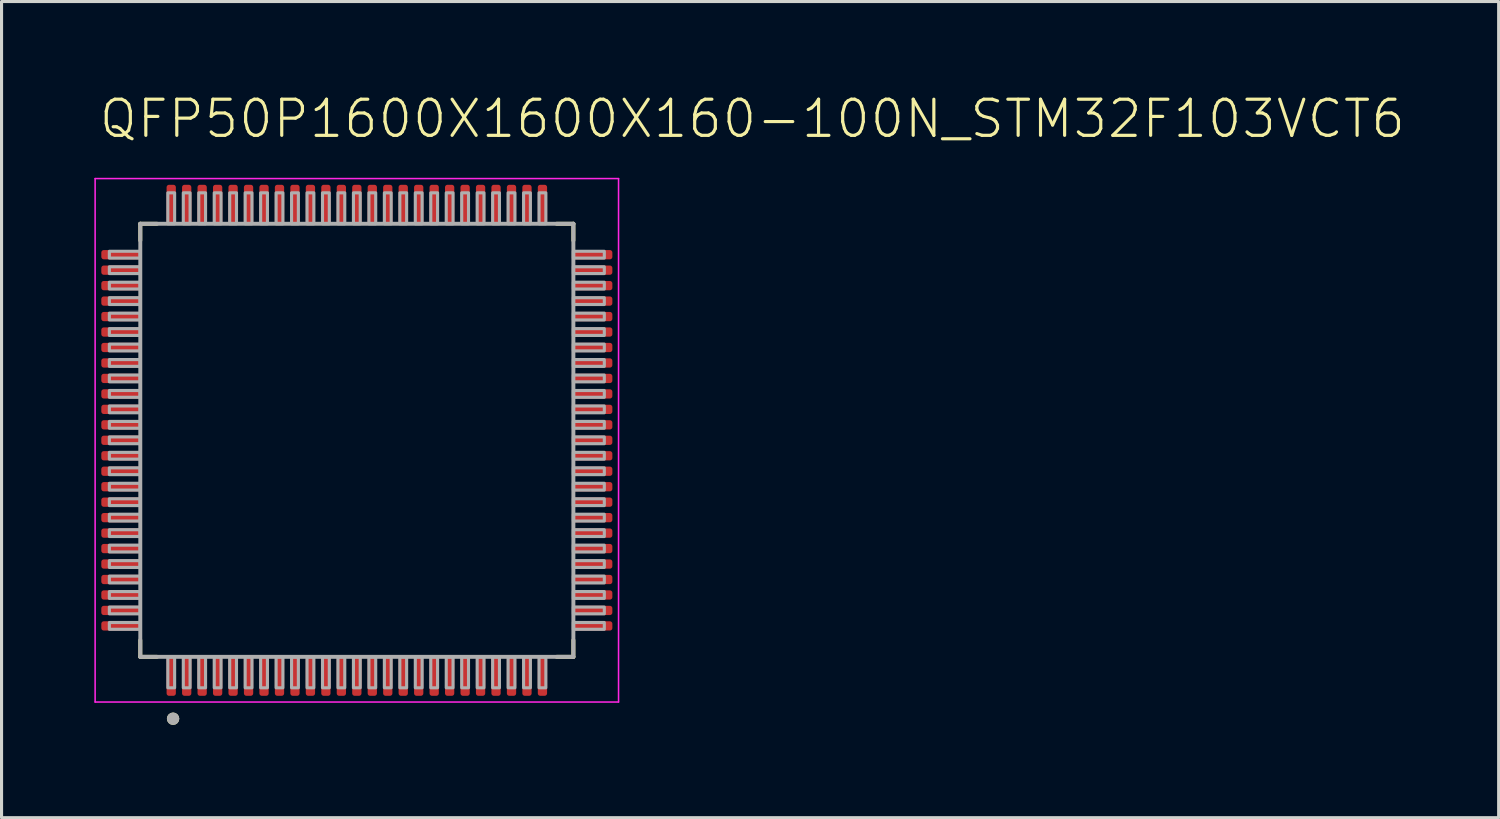
<source format=kicad_pcb>
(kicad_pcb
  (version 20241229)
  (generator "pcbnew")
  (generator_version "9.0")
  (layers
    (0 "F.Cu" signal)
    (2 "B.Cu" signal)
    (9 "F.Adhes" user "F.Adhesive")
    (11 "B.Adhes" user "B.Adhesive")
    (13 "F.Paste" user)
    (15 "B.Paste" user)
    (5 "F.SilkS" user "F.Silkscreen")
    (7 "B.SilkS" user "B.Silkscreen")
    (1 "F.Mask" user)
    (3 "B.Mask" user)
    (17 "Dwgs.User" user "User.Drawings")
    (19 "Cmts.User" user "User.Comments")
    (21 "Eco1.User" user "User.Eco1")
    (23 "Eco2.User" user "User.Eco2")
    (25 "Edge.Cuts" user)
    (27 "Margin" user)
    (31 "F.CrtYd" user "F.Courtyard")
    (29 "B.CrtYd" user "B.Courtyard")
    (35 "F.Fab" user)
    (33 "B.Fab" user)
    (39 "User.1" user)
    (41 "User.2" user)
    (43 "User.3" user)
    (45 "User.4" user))
  (footprint "QFP50P1600X1600X160-100N_STM32F103VCT6"
    (layer "F.Cu")
    (at 8.485 11.183)
    (property "Reference" "QFP50P1600X1600X160-100N_STM32F103VCT6" (at -8.39 -9.71 0) (layer "F.SilkS") (effects (font (size 1.168 1.168) (thickness 0.102)) (justify left bottom)))
    (fp_line (start -7 -7) (end -7 -6.46) (stroke (width 0.127) (type solid)) (layer "F.SilkS"))
    (fp_line (start -7 -7) (end -6.46 -7) (stroke (width 0.127) (type solid)) (layer "F.SilkS"))
    (fp_line (start -7 7) (end -7 6.46) (stroke (width 0.127) (type solid)) (layer "F.SilkS"))
    (fp_line (start -7 7) (end -6.46 7) (stroke (width 0.127) (type solid)) (layer "F.SilkS"))
    (fp_line (start 7 -7) (end 6.46 -7) (stroke (width 0.127) (type solid)) (layer "F.SilkS"))
    (fp_line (start 7 -7) (end 7 -6.46) (stroke (width 0.127) (type solid)) (layer "F.SilkS"))
    (fp_line (start 7 7) (end 6.46 7) (stroke (width 0.127) (type solid)) (layer "F.SilkS"))
    (fp_line (start 7 7) (end 7 6.46) (stroke (width 0.127) (type solid)) (layer "F.SilkS"))
    (fp_circle (center -5.94 9) (end -5.84 9) (stroke (width 0.2) (type solid)) (fill no) (layer "F.SilkS"))
    (fp_line (start -8.46 -8.46) (end 8.46 -8.46) (stroke (width 0.05) (type solid)) (layer "F.CrtYd"))
    (fp_line (start -8.46 8.46) (end -8.46 -8.46) (stroke (width 0.05) (type solid)) (layer "F.CrtYd"))
    (fp_line (start -8.46 8.46) (end 8.46 8.46) (stroke (width 0.05) (type solid)) (layer "F.CrtYd"))
    (fp_line (start 8.46 8.46) (end 8.46 -8.46) (stroke (width 0.05) (type solid)) (layer "F.CrtYd"))
    (fp_line (start -7 7) (end -7 -7) (stroke (width 0.127) (type solid)) (layer "F.Fab"))
    (fp_line (start 7 -7) (end -7 -7) (stroke (width 0.127) (type solid)) (layer "F.Fab"))
    (fp_line (start 7 7) (end -7 7) (stroke (width 0.127) (type solid)) (layer "F.Fab"))
    (fp_line (start 7 7) (end 7 -7) (stroke (width 0.127) (type solid)) (layer "F.Fab"))
    (fp_circle (center -5.94 9) (end -5.84 9) (stroke (width 0.2) (type solid)) (fill no) (layer "F.Fab"))
    (fp_poly (pts (xy -8 -6.11) (xy -8 -5.89) (xy -7 -5.89) (xy -7 -6.11)) (stroke (width 0.1) (type solid)) (fill no) (layer "F.Fab"))
    (fp_poly (pts (xy -8 -5.61) (xy -8 -5.39) (xy -7 -5.39) (xy -7 -5.61)) (stroke (width 0.1) (type solid)) (fill no) (layer "F.Fab"))
    (fp_poly (pts (xy -8 -5.11) (xy -8 -4.89) (xy -7 -4.89) (xy -7 -5.11)) (stroke (width 0.1) (type solid)) (fill no) (layer "F.Fab"))
    (fp_poly (pts (xy -8 -4.61) (xy -8 -4.39) (xy -7 -4.39) (xy -7 -4.61)) (stroke (width 0.1) (type solid)) (fill no) (layer "F.Fab"))
    (fp_poly (pts (xy -8 -4.11) (xy -8 -3.89) (xy -7 -3.89) (xy -7 -4.11)) (stroke (width 0.1) (type solid)) (fill no) (layer "F.Fab"))
    (fp_poly (pts (xy -8 -3.61) (xy -8 -3.39) (xy -7 -3.39) (xy -7 -3.61)) (stroke (width 0.1) (type solid)) (fill no) (layer "F.Fab"))
    (fp_poly (pts (xy -8 -3.11) (xy -8 -2.89) (xy -7 -2.89) (xy -7 -3.11)) (stroke (width 0.1) (type solid)) (fill no) (layer "F.Fab"))
    (fp_poly (pts (xy -8 -2.61) (xy -8 -2.39) (xy -7 -2.39) (xy -7 -2.61)) (stroke (width 0.1) (type solid)) (fill no) (layer "F.Fab"))
    (fp_poly (pts (xy -8 -2.11) (xy -8 -1.89) (xy -7 -1.89) (xy -7 -2.11)) (stroke (width 0.1) (type solid)) (fill no) (layer "F.Fab"))
    (fp_poly (pts (xy -8 -1.61) (xy -8 -1.39) (xy -7 -1.39) (xy -7 -1.61)) (stroke (width 0.1) (type solid)) (fill no) (layer "F.Fab"))
    (fp_poly (pts (xy -8 -1.11) (xy -8 -0.89) (xy -7 -0.89) (xy -7 -1.11)) (stroke (width 0.1) (type solid)) (fill no) (layer "F.Fab"))
    (fp_poly (pts (xy -8 -0.61) (xy -8 -0.39) (xy -7 -0.39) (xy -7 -0.61)) (stroke (width 0.1) (type solid)) (fill no) (layer "F.Fab"))
    (fp_poly (pts (xy -8 -0.11) (xy -8 0.11) (xy -7 0.11) (xy -7 -0.11)) (stroke (width 0.1) (type solid)) (fill no) (layer "F.Fab"))
    (fp_poly (pts (xy -8 0.39) (xy -8 0.61) (xy -7 0.61) (xy -7 0.39)) (stroke (width 0.1) (type solid)) (fill no) (layer "F.Fab"))
    (fp_poly (pts (xy -8 0.89) (xy -8 1.11) (xy -7 1.11) (xy -7 0.89)) (stroke (width 0.1) (type solid)) (fill no) (layer "F.Fab"))
    (fp_poly (pts (xy -8 1.39) (xy -8 1.61) (xy -7 1.61) (xy -7 1.39)) (stroke (width 0.1) (type solid)) (fill no) (layer "F.Fab"))
    (fp_poly (pts (xy -8 1.89) (xy -8 2.11) (xy -7 2.11) (xy -7 1.89)) (stroke (width 0.1) (type solid)) (fill no) (layer "F.Fab"))
    (fp_poly (pts (xy -8 2.39) (xy -8 2.61) (xy -7 2.61) (xy -7 2.39)) (stroke (width 0.1) (type solid)) (fill no) (layer "F.Fab"))
    (fp_poly (pts (xy -8 2.89) (xy -8 3.11) (xy -7 3.11) (xy -7 2.89)) (stroke (width 0.1) (type solid)) (fill no) (layer "F.Fab"))
    (fp_poly (pts (xy -8 3.39) (xy -8 3.61) (xy -7 3.61) (xy -7 3.39)) (stroke (width 0.1) (type solid)) (fill no) (layer "F.Fab"))
    (fp_poly (pts (xy -8 3.89) (xy -8 4.11) (xy -7 4.11) (xy -7 3.89)) (stroke (width 0.1) (type solid)) (fill no) (layer "F.Fab"))
    (fp_poly (pts (xy -8 4.39) (xy -8 4.61) (xy -7 4.61) (xy -7 4.39)) (stroke (width 0.1) (type solid)) (fill no) (layer "F.Fab"))
    (fp_poly (pts (xy -8 4.89) (xy -8 5.11) (xy -7 5.11) (xy -7 4.89)) (stroke (width 0.1) (type solid)) (fill no) (layer "F.Fab"))
    (fp_poly (pts (xy -8 5.39) (xy -8 5.61) (xy -7 5.61) (xy -7 5.39)) (stroke (width 0.1) (type solid)) (fill no) (layer "F.Fab"))
    (fp_poly (pts (xy -8 5.89) (xy -8 6.11) (xy -7 6.11) (xy -7 5.89)) (stroke (width 0.1) (type solid)) (fill no) (layer "F.Fab"))
    (fp_poly (pts (xy -6.11 8) (xy -5.89 8) (xy -5.89 7) (xy -6.11 7)) (stroke (width 0.1) (type solid)) (fill no) (layer "F.Fab"))
    (fp_poly (pts (xy -5.89 -8) (xy -6.11 -8) (xy -6.11 -7) (xy -5.89 -7)) (stroke (width 0.1) (type solid)) (fill no) (layer "F.Fab"))
    (fp_poly (pts (xy -5.61 8) (xy -5.39 8) (xy -5.39 7) (xy -5.61 7)) (stroke (width 0.1) (type solid)) (fill no) (layer "F.Fab"))
    (fp_poly (pts (xy -5.39 -8) (xy -5.61 -8) (xy -5.61 -7) (xy -5.39 -7)) (stroke (width 0.1) (type solid)) (fill no) (layer "F.Fab"))
    (fp_poly (pts (xy -5.11 8) (xy -4.89 8) (xy -4.89 7) (xy -5.11 7)) (stroke (width 0.1) (type solid)) (fill no) (layer "F.Fab"))
    (fp_poly (pts (xy -4.89 -8) (xy -5.11 -8) (xy -5.11 -7) (xy -4.89 -7)) (stroke (width 0.1) (type solid)) (fill no) (layer "F.Fab"))
    (fp_poly (pts (xy -4.61 8) (xy -4.39 8) (xy -4.39 7) (xy -4.61 7)) (stroke (width 0.1) (type solid)) (fill no) (layer "F.Fab"))
    (fp_poly (pts (xy -4.39 -8) (xy -4.61 -8) (xy -4.61 -7) (xy -4.39 -7)) (stroke (width 0.1) (type solid)) (fill no) (layer "F.Fab"))
    (fp_poly (pts (xy -4.11 8) (xy -3.89 8) (xy -3.89 7) (xy -4.11 7)) (stroke (width 0.1) (type solid)) (fill no) (layer "F.Fab"))
    (fp_poly (pts (xy -3.89 -8) (xy -4.11 -8) (xy -4.11 -7) (xy -3.89 -7)) (stroke (width 0.1) (type solid)) (fill no) (layer "F.Fab"))
    (fp_poly (pts (xy -3.61 8) (xy -3.39 8) (xy -3.39 7) (xy -3.61 7)) (stroke (width 0.1) (type solid)) (fill no) (layer "F.Fab"))
    (fp_poly (pts (xy -3.39 -8) (xy -3.61 -8) (xy -3.61 -7) (xy -3.39 -7)) (stroke (width 0.1) (type solid)) (fill no) (layer "F.Fab"))
    (fp_poly (pts (xy -3.11 8) (xy -2.89 8) (xy -2.89 7) (xy -3.11 7)) (stroke (width 0.1) (type solid)) (fill no) (layer "F.Fab"))
    (fp_poly (pts (xy -2.89 -8) (xy -3.11 -8) (xy -3.11 -7) (xy -2.89 -7)) (stroke (width 0.1) (type solid)) (fill no) (layer "F.Fab"))
    (fp_poly (pts (xy -2.61 8) (xy -2.39 8) (xy -2.39 7) (xy -2.61 7)) (stroke (width 0.1) (type solid)) (fill no) (layer "F.Fab"))
    (fp_poly (pts (xy -2.39 -8) (xy -2.61 -8) (xy -2.61 -7) (xy -2.39 -7)) (stroke (width 0.1) (type solid)) (fill no) (layer "F.Fab"))
    (fp_poly (pts (xy -2.11 8) (xy -1.89 8) (xy -1.89 7) (xy -2.11 7)) (stroke (width 0.1) (type solid)) (fill no) (layer "F.Fab"))
    (fp_poly (pts (xy -1.89 -8) (xy -2.11 -8) (xy -2.11 -7) (xy -1.89 -7)) (stroke (width 0.1) (type solid)) (fill no) (layer "F.Fab"))
    (fp_poly (pts (xy -1.61 8) (xy -1.39 8) (xy -1.39 7) (xy -1.61 7)) (stroke (width 0.1) (type solid)) (fill no) (layer "F.Fab"))
    (fp_poly (pts (xy -1.39 -8) (xy -1.61 -8) (xy -1.61 -7) (xy -1.39 -7)) (stroke (width 0.1) (type solid)) (fill no) (layer "F.Fab"))
    (fp_poly (pts (xy -1.11 8) (xy -0.89 8) (xy -0.89 7) (xy -1.11 7)) (stroke (width 0.1) (type solid)) (fill no) (layer "F.Fab"))
    (fp_poly (pts (xy -0.89 -8) (xy -1.11 -8) (xy -1.11 -7) (xy -0.89 -7)) (stroke (width 0.1) (type solid)) (fill no) (layer "F.Fab"))
    (fp_poly (pts (xy -0.61 8) (xy -0.39 8) (xy -0.39 7) (xy -0.61 7)) (stroke (width 0.1) (type solid)) (fill no) (layer "F.Fab"))
    (fp_poly (pts (xy -0.39 -8) (xy -0.61 -8) (xy -0.61 -7) (xy -0.39 -7)) (stroke (width 0.1) (type solid)) (fill no) (layer "F.Fab"))
    (fp_poly (pts (xy -0.11 8) (xy 0.11 8) (xy 0.11 7) (xy -0.11 7)) (stroke (width 0.1) (type solid)) (fill no) (layer "F.Fab"))
    (fp_poly (pts (xy 0.11 -8) (xy -0.11 -8) (xy -0.11 -7) (xy 0.11 -7)) (stroke (width 0.1) (type solid)) (fill no) (layer "F.Fab"))
    (fp_poly (pts (xy 0.39 8) (xy 0.61 8) (xy 0.61 7) (xy 0.39 7)) (stroke (width 0.1) (type solid)) (fill no) (layer "F.Fab"))
    (fp_poly (pts (xy 0.61 -8) (xy 0.39 -8) (xy 0.39 -7) (xy 0.61 -7)) (stroke (width 0.1) (type solid)) (fill no) (layer "F.Fab"))
    (fp_poly (pts (xy 0.89 8) (xy 1.11 8) (xy 1.11 7) (xy 0.89 7)) (stroke (width 0.1) (type solid)) (fill no) (layer "F.Fab"))
    (fp_poly (pts (xy 1.11 -8) (xy 0.89 -8) (xy 0.89 -7) (xy 1.11 -7)) (stroke (width 0.1) (type solid)) (fill no) (layer "F.Fab"))
    (fp_poly (pts (xy 1.39 8) (xy 1.61 8) (xy 1.61 7) (xy 1.39 7)) (stroke (width 0.1) (type solid)) (fill no) (layer "F.Fab"))
    (fp_poly (pts (xy 1.61 -8) (xy 1.39 -8) (xy 1.39 -7) (xy 1.61 -7)) (stroke (width 0.1) (type solid)) (fill no) (layer "F.Fab"))
    (fp_poly (pts (xy 1.89 8) (xy 2.11 8) (xy 2.11 7) (xy 1.89 7)) (stroke (width 0.1) (type solid)) (fill no) (layer "F.Fab"))
    (fp_poly (pts (xy 2.11 -8) (xy 1.89 -8) (xy 1.89 -7) (xy 2.11 -7)) (stroke (width 0.1) (type solid)) (fill no) (layer "F.Fab"))
    (fp_poly (pts (xy 2.39 8) (xy 2.61 8) (xy 2.61 7) (xy 2.39 7)) (stroke (width 0.1) (type solid)) (fill no) (layer "F.Fab"))
    (fp_poly (pts (xy 2.61 -8) (xy 2.39 -8) (xy 2.39 -7) (xy 2.61 -7)) (stroke (width 0.1) (type solid)) (fill no) (layer "F.Fab"))
    (fp_poly (pts (xy 2.89 8) (xy 3.11 8) (xy 3.11 7) (xy 2.89 7)) (stroke (width 0.1) (type solid)) (fill no) (layer "F.Fab"))
    (fp_poly (pts (xy 3.11 -8) (xy 2.89 -8) (xy 2.89 -7) (xy 3.11 -7)) (stroke (width 0.1) (type solid)) (fill no) (layer "F.Fab"))
    (fp_poly (pts (xy 3.39 8) (xy 3.61 8) (xy 3.61 7) (xy 3.39 7)) (stroke (width 0.1) (type solid)) (fill no) (layer "F.Fab"))
    (fp_poly (pts (xy 3.61 -8) (xy 3.39 -8) (xy 3.39 -7) (xy 3.61 -7)) (stroke (width 0.1) (type solid)) (fill no) (layer "F.Fab"))
    (fp_poly (pts (xy 3.89 8) (xy 4.11 8) (xy 4.11 7) (xy 3.89 7)) (stroke (width 0.1) (type solid)) (fill no) (layer "F.Fab"))
    (fp_poly (pts (xy 4.11 -8) (xy 3.89 -8) (xy 3.89 -7) (xy 4.11 -7)) (stroke (width 0.1) (type solid)) (fill no) (layer "F.Fab"))
    (fp_poly (pts (xy 4.39 8) (xy 4.61 8) (xy 4.61 7) (xy 4.39 7)) (stroke (width 0.1) (type solid)) (fill no) (layer "F.Fab"))
    (fp_poly (pts (xy 4.61 -8) (xy 4.39 -8) (xy 4.39 -7) (xy 4.61 -7)) (stroke (width 0.1) (type solid)) (fill no) (layer "F.Fab"))
    (fp_poly (pts (xy 4.89 8) (xy 5.11 8) (xy 5.11 7) (xy 4.89 7)) (stroke (width 0.1) (type solid)) (fill no) (layer "F.Fab"))
    (fp_poly (pts (xy 5.11 -8) (xy 4.89 -8) (xy 4.89 -7) (xy 5.11 -7)) (stroke (width 0.1) (type solid)) (fill no) (layer "F.Fab"))
    (fp_poly (pts (xy 5.39 8) (xy 5.61 8) (xy 5.61 7) (xy 5.39 7)) (stroke (width 0.1) (type solid)) (fill no) (layer "F.Fab"))
    (fp_poly (pts (xy 5.61 -8) (xy 5.39 -8) (xy 5.39 -7) (xy 5.61 -7)) (stroke (width 0.1) (type solid)) (fill no) (layer "F.Fab"))
    (fp_poly (pts (xy 5.89 8) (xy 6.11 8) (xy 6.11 7) (xy 5.89 7)) (stroke (width 0.1) (type solid)) (fill no) (layer "F.Fab"))
    (fp_poly (pts (xy 6.11 -8) (xy 5.89 -8) (xy 5.89 -7) (xy 6.11 -7)) (stroke (width 0.1) (type solid)) (fill no) (layer "F.Fab"))
    (fp_poly (pts (xy 8 -5.89) (xy 8 -6.11) (xy 7 -6.11) (xy 7 -5.89)) (stroke (width 0.1) (type solid)) (fill no) (layer "F.Fab"))
    (fp_poly (pts (xy 8 -5.39) (xy 8 -5.61) (xy 7 -5.61) (xy 7 -5.39)) (stroke (width 0.1) (type solid)) (fill no) (layer "F.Fab"))
    (fp_poly (pts (xy 8 -4.89) (xy 8 -5.11) (xy 7 -5.11) (xy 7 -4.89)) (stroke (width 0.1) (type solid)) (fill no) (layer "F.Fab"))
    (fp_poly (pts (xy 8 -4.39) (xy 8 -4.61) (xy 7 -4.61) (xy 7 -4.39)) (stroke (width 0.1) (type solid)) (fill no) (layer "F.Fab"))
    (fp_poly (pts (xy 8 -3.89) (xy 8 -4.11) (xy 7 -4.11) (xy 7 -3.89)) (stroke (width 0.1) (type solid)) (fill no) (layer "F.Fab"))
    (fp_poly (pts (xy 8 -3.39) (xy 8 -3.61) (xy 7 -3.61) (xy 7 -3.39)) (stroke (width 0.1) (type solid)) (fill no) (layer "F.Fab"))
    (fp_poly (pts (xy 8 -2.89) (xy 8 -3.11) (xy 7 -3.11) (xy 7 -2.89)) (stroke (width 0.1) (type solid)) (fill no) (layer "F.Fab"))
    (fp_poly (pts (xy 8 -2.39) (xy 8 -2.61) (xy 7 -2.61) (xy 7 -2.39)) (stroke (width 0.1) (type solid)) (fill no) (layer "F.Fab"))
    (fp_poly (pts (xy 8 -1.89) (xy 8 -2.11) (xy 7 -2.11) (xy 7 -1.89)) (stroke (width 0.1) (type solid)) (fill no) (layer "F.Fab"))
    (fp_poly (pts (xy 8 -1.39) (xy 8 -1.61) (xy 7 -1.61) (xy 7 -1.39)) (stroke (width 0.1) (type solid)) (fill no) (layer "F.Fab"))
    (fp_poly (pts (xy 8 -0.89) (xy 8 -1.11) (xy 7 -1.11) (xy 7 -0.89)) (stroke (width 0.1) (type solid)) (fill no) (layer "F.Fab"))
    (fp_poly (pts (xy 8 -0.39) (xy 8 -0.61) (xy 7 -0.61) (xy 7 -0.39)) (stroke (width 0.1) (type solid)) (fill no) (layer "F.Fab"))
    (fp_poly (pts (xy 8 0.11) (xy 8 -0.11) (xy 7 -0.11) (xy 7 0.11)) (stroke (width 0.1) (type solid)) (fill no) (layer "F.Fab"))
    (fp_poly (pts (xy 8 0.61) (xy 8 0.39) (xy 7 0.39) (xy 7 0.61)) (stroke (width 0.1) (type solid)) (fill no) (layer "F.Fab"))
    (fp_poly (pts (xy 8 1.11) (xy 8 0.89) (xy 7 0.89) (xy 7 1.11)) (stroke (width 0.1) (type solid)) (fill no) (layer "F.Fab"))
    (fp_poly (pts (xy 8 1.61) (xy 8 1.39) (xy 7 1.39) (xy 7 1.61)) (stroke (width 0.1) (type solid)) (fill no) (layer "F.Fab"))
    (fp_poly (pts (xy 8 2.11) (xy 8 1.89) (xy 7 1.89) (xy 7 2.11)) (stroke (width 0.1) (type solid)) (fill no) (layer "F.Fab"))
    (fp_poly (pts (xy 8 2.61) (xy 8 2.39) (xy 7 2.39) (xy 7 2.61)) (stroke (width 0.1) (type solid)) (fill no) (layer "F.Fab"))
    (fp_poly (pts (xy 8 3.11) (xy 8 2.89) (xy 7 2.89) (xy 7 3.11)) (stroke (width 0.1) (type solid)) (fill no) (layer "F.Fab"))
    (fp_poly (pts (xy 8 3.61) (xy 8 3.39) (xy 7 3.39) (xy 7 3.61)) (stroke (width 0.1) (type solid)) (fill no) (layer "F.Fab"))
    (fp_poly (pts (xy 8 4.11) (xy 8 3.89) (xy 7 3.89) (xy 7 4.11)) (stroke (width 0.1) (type solid)) (fill no) (layer "F.Fab"))
    (fp_poly (pts (xy 8 4.61) (xy 8 4.39) (xy 7 4.39) (xy 7 4.61)) (stroke (width 0.1) (type solid)) (fill no) (layer "F.Fab"))
    (fp_poly (pts (xy 8 5.11) (xy 8 4.89) (xy 7 4.89) (xy 7 5.11)) (stroke (width 0.1) (type solid)) (fill no) (layer "F.Fab"))
    (fp_poly (pts (xy 8 5.61) (xy 8 5.39) (xy 7 5.39) (xy 7 5.61)) (stroke (width 0.1) (type solid)) (fill no) (layer "F.Fab"))
    (fp_poly (pts (xy 8 6.11) (xy 8 5.89) (xy 7 5.89) (xy 7 6.11)) (stroke (width 0.1) (type solid)) (fill no) (layer "F.Fab"))
    (pad "1" smd roundrect (at -6 7.63 270) (size 1.26 0.3) (layers "F.Cu" "F.Mask" "F.Paste") (roundrect_rratio 0.265))
    (pad "2" smd roundrect (at -5.5 7.63 270) (size 1.26 0.3) (layers "F.Cu" "F.Mask" "F.Paste") (roundrect_rratio 0.265))
    (pad "3" smd roundrect (at -5 7.63 270) (size 1.26 0.3) (layers "F.Cu" "F.Mask" "F.Paste") (roundrect_rratio 0.265))
    (pad "4" smd roundrect (at -4.5 7.63 270) (size 1.26 0.3) (layers "F.Cu" "F.Mask" "F.Paste") (roundrect_rratio 0.265))
    (pad "5" smd roundrect (at -4 7.63 270) (size 1.26 0.3) (layers "F.Cu" "F.Mask" "F.Paste") (roundrect_rratio 0.265))
    (pad "6" smd roundrect (at -3.5 7.63 270) (size 1.26 0.3) (layers "F.Cu" "F.Mask" "F.Paste") (roundrect_rratio 0.265))
    (pad "7" smd roundrect (at -3 7.63 270) (size 1.26 0.3) (layers "F.Cu" "F.Mask" "F.Paste") (roundrect_rratio 0.265))
    (pad "8" smd roundrect (at -2.5 7.63 270) (size 1.26 0.3) (layers "F.Cu" "F.Mask" "F.Paste") (roundrect_rratio 0.265))
    (pad "9" smd roundrect (at -2 7.63 270) (size 1.26 0.3) (layers "F.Cu" "F.Mask" "F.Paste") (roundrect_rratio 0.265))
    (pad "10" smd roundrect (at -1.5 7.63 270) (size 1.26 0.3) (layers "F.Cu" "F.Mask" "F.Paste") (roundrect_rratio 0.265))
    (pad "11" smd roundrect (at -1 7.63 270) (size 1.26 0.3) (layers "F.Cu" "F.Mask" "F.Paste") (roundrect_rratio 0.265))
    (pad "12" smd roundrect (at -0.5 7.63 270) (size 1.26 0.3) (layers "F.Cu" "F.Mask" "F.Paste") (roundrect_rratio 0.265))
    (pad "13" smd roundrect (at 0 7.63 270) (size 1.26 0.3) (layers "F.Cu" "F.Mask" "F.Paste") (roundrect_rratio 0.265))
    (pad "14" smd roundrect (at 0.5 7.63 270) (size 1.26 0.3) (layers "F.Cu" "F.Mask" "F.Paste") (roundrect_rratio 0.265))
    (pad "15" smd roundrect (at 1 7.63 270) (size 1.26 0.3) (layers "F.Cu" "F.Mask" "F.Paste") (roundrect_rratio 0.265))
    (pad "16" smd roundrect (at 1.5 7.63 270) (size 1.26 0.3) (layers "F.Cu" "F.Mask" "F.Paste") (roundrect_rratio 0.265))
    (pad "17" smd roundrect (at 2 7.63 270) (size 1.26 0.3) (layers "F.Cu" "F.Mask" "F.Paste") (roundrect_rratio 0.265))
    (pad "18" smd roundrect (at 2.5 7.63 270) (size 1.26 0.3) (layers "F.Cu" "F.Mask" "F.Paste") (roundrect_rratio 0.265))
    (pad "19" smd roundrect (at 3 7.63 270) (size 1.26 0.3) (layers "F.Cu" "F.Mask" "F.Paste") (roundrect_rratio 0.265))
    (pad "20" smd roundrect (at 3.5 7.63 270) (size 1.26 0.3) (layers "F.Cu" "F.Mask" "F.Paste") (roundrect_rratio 0.265))
    (pad "21" smd roundrect (at 4 7.63 270) (size 1.26 0.3) (layers "F.Cu" "F.Mask" "F.Paste") (roundrect_rratio 0.265))
    (pad "22" smd roundrect (at 4.5 7.63 270) (size 1.26 0.3) (layers "F.Cu" "F.Mask" "F.Paste") (roundrect_rratio 0.265))
    (pad "23" smd roundrect (at 5 7.63 270) (size 1.26 0.3) (layers "F.Cu" "F.Mask" "F.Paste") (roundrect_rratio 0.265))
    (pad "24" smd roundrect (at 5.5 7.63 270) (size 1.26 0.3) (layers "F.Cu" "F.Mask" "F.Paste") (roundrect_rratio 0.265))
    (pad "25" smd roundrect (at 6 7.63 270) (size 1.26 0.3) (layers "F.Cu" "F.Mask" "F.Paste") (roundrect_rratio 0.265))
    (pad "26" smd roundrect (at 7.63 6) (size 1.26 0.3) (layers "F.Cu" "F.Mask" "F.Paste") (roundrect_rratio 0.265))
    (pad "27" smd roundrect (at 7.63 5.5) (size 1.26 0.3) (layers "F.Cu" "F.Mask" "F.Paste") (roundrect_rratio 0.265))
    (pad "28" smd roundrect (at 7.63 5) (size 1.26 0.3) (layers "F.Cu" "F.Mask" "F.Paste") (roundrect_rratio 0.265))
    (pad "29" smd roundrect (at 7.63 4.5) (size 1.26 0.3) (layers "F.Cu" "F.Mask" "F.Paste") (roundrect_rratio 0.265))
    (pad "30" smd roundrect (at 7.63 4) (size 1.26 0.3) (layers "F.Cu" "F.Mask" "F.Paste") (roundrect_rratio 0.265))
    (pad "31" smd roundrect (at 7.63 3.5) (size 1.26 0.3) (layers "F.Cu" "F.Mask" "F.Paste") (roundrect_rratio 0.265))
    (pad "32" smd roundrect (at 7.63 3) (size 1.26 0.3) (layers "F.Cu" "F.Mask" "F.Paste") (roundrect_rratio 0.265))
    (pad "33" smd roundrect (at 7.63 2.5) (size 1.26 0.3) (layers "F.Cu" "F.Mask" "F.Paste") (roundrect_rratio 0.265))
    (pad "34" smd roundrect (at 7.63 2) (size 1.26 0.3) (layers "F.Cu" "F.Mask" "F.Paste") (roundrect_rratio 0.265))
    (pad "35" smd roundrect (at 7.63 1.5) (size 1.26 0.3) (layers "F.Cu" "F.Mask" "F.Paste") (roundrect_rratio 0.265))
    (pad "36" smd roundrect (at 7.63 1) (size 1.26 0.3) (layers "F.Cu" "F.Mask" "F.Paste") (roundrect_rratio 0.265))
    (pad "37" smd roundrect (at 7.63 0.5) (size 1.26 0.3) (layers "F.Cu" "F.Mask" "F.Paste") (roundrect_rratio 0.265))
    (pad "38" smd roundrect (at 7.63 0) (size 1.26 0.3) (layers "F.Cu" "F.Mask" "F.Paste") (roundrect_rratio 0.265))
    (pad "39" smd roundrect (at 7.63 -0.5) (size 1.26 0.3) (layers "F.Cu" "F.Mask" "F.Paste") (roundrect_rratio 0.265))
    (pad "40" smd roundrect (at 7.63 -1) (size 1.26 0.3) (layers "F.Cu" "F.Mask" "F.Paste") (roundrect_rratio 0.265))
    (pad "41" smd roundrect (at 7.63 -1.5) (size 1.26 0.3) (layers "F.Cu" "F.Mask" "F.Paste") (roundrect_rratio 0.265))
    (pad "42" smd roundrect (at 7.63 -2) (size 1.26 0.3) (layers "F.Cu" "F.Mask" "F.Paste") (roundrect_rratio 0.265))
    (pad "43" smd roundrect (at 7.63 -2.5) (size 1.26 0.3) (layers "F.Cu" "F.Mask" "F.Paste") (roundrect_rratio 0.265))
    (pad "44" smd roundrect (at 7.63 -3) (size 1.26 0.3) (layers "F.Cu" "F.Mask" "F.Paste") (roundrect_rratio 0.265))
    (pad "45" smd roundrect (at 7.63 -3.5) (size 1.26 0.3) (layers "F.Cu" "F.Mask" "F.Paste") (roundrect_rratio 0.265))
    (pad "46" smd roundrect (at 7.63 -4) (size 1.26 0.3) (layers "F.Cu" "F.Mask" "F.Paste") (roundrect_rratio 0.265))
    (pad "47" smd roundrect (at 7.63 -4.5) (size 1.26 0.3) (layers "F.Cu" "F.Mask" "F.Paste") (roundrect_rratio 0.265))
    (pad "48" smd roundrect (at 7.63 -5) (size 1.26 0.3) (layers "F.Cu" "F.Mask" "F.Paste") (roundrect_rratio 0.265))
    (pad "49" smd roundrect (at 7.63 -5.5) (size 1.26 0.3) (layers "F.Cu" "F.Mask" "F.Paste") (roundrect_rratio 0.265))
    (pad "50" smd roundrect (at 7.63 -6) (size 1.26 0.3) (layers "F.Cu" "F.Mask" "F.Paste") (roundrect_rratio 0.265))
    (pad "51" smd roundrect (at 6 -7.63 90) (size 1.26 0.3) (layers "F.Cu" "F.Mask" "F.Paste") (roundrect_rratio 0.265))
    (pad "52" smd roundrect (at 5.5 -7.63 90) (size 1.26 0.3) (layers "F.Cu" "F.Mask" "F.Paste") (roundrect_rratio 0.265))
    (pad "53" smd roundrect (at 5 -7.63 90) (size 1.26 0.3) (layers "F.Cu" "F.Mask" "F.Paste") (roundrect_rratio 0.265))
    (pad "54" smd roundrect (at 4.5 -7.63 90) (size 1.26 0.3) (layers "F.Cu" "F.Mask" "F.Paste") (roundrect_rratio 0.265))
    (pad "55" smd roundrect (at 4 -7.63 90) (size 1.26 0.3) (layers "F.Cu" "F.Mask" "F.Paste") (roundrect_rratio 0.265))
    (pad "56" smd roundrect (at 3.5 -7.63 90) (size 1.26 0.3) (layers "F.Cu" "F.Mask" "F.Paste") (roundrect_rratio 0.265))
    (pad "57" smd roundrect (at 3 -7.63 90) (size 1.26 0.3) (layers "F.Cu" "F.Mask" "F.Paste") (roundrect_rratio 0.265))
    (pad "58" smd roundrect (at 2.5 -7.63 90) (size 1.26 0.3) (layers "F.Cu" "F.Mask" "F.Paste") (roundrect_rratio 0.265))
    (pad "59" smd roundrect (at 2 -7.63 90) (size 1.26 0.3) (layers "F.Cu" "F.Mask" "F.Paste") (roundrect_rratio 0.265))
    (pad "60" smd roundrect (at 1.5 -7.63 90) (size 1.26 0.3) (layers "F.Cu" "F.Mask" "F.Paste") (roundrect_rratio 0.265))
    (pad "61" smd roundrect (at 1 -7.63 90) (size 1.26 0.3) (layers "F.Cu" "F.Mask" "F.Paste") (roundrect_rratio 0.265))
    (pad "62" smd roundrect (at 0.5 -7.63 90) (size 1.26 0.3) (layers "F.Cu" "F.Mask" "F.Paste") (roundrect_rratio 0.265))
    (pad "63" smd roundrect (at 0 -7.63 90) (size 1.26 0.3) (layers "F.Cu" "F.Mask" "F.Paste") (roundrect_rratio 0.265))
    (pad "64" smd roundrect (at -0.5 -7.63 90) (size 1.26 0.3) (layers "F.Cu" "F.Mask" "F.Paste") (roundrect_rratio 0.265))
    (pad "65" smd roundrect (at -1 -7.63 90) (size 1.26 0.3) (layers "F.Cu" "F.Mask" "F.Paste") (roundrect_rratio 0.265))
    (pad "66" smd roundrect (at -1.5 -7.63 90) (size 1.26 0.3) (layers "F.Cu" "F.Mask" "F.Paste") (roundrect_rratio 0.265))
    (pad "67" smd roundrect (at -2 -7.63 90) (size 1.26 0.3) (layers "F.Cu" "F.Mask" "F.Paste") (roundrect_rratio 0.265))
    (pad "68" smd roundrect (at -2.5 -7.63 90) (size 1.26 0.3) (layers "F.Cu" "F.Mask" "F.Paste") (roundrect_rratio 0.265))
    (pad "69" smd roundrect (at -3 -7.63 90) (size 1.26 0.3) (layers "F.Cu" "F.Mask" "F.Paste") (roundrect_rratio 0.265))
    (pad "70" smd roundrect (at -3.5 -7.63 90) (size 1.26 0.3) (layers "F.Cu" "F.Mask" "F.Paste") (roundrect_rratio 0.265))
    (pad "71" smd roundrect (at -4 -7.63 90) (size 1.26 0.3) (layers "F.Cu" "F.Mask" "F.Paste") (roundrect_rratio 0.265))
    (pad "72" smd roundrect (at -4.5 -7.63 90) (size 1.26 0.3) (layers "F.Cu" "F.Mask" "F.Paste") (roundrect_rratio 0.265))
    (pad "73" smd roundrect (at -5 -7.63 90) (size 1.26 0.3) (layers "F.Cu" "F.Mask" "F.Paste") (roundrect_rratio 0.265))
    (pad "74" smd roundrect (at -5.5 -7.63 90) (size 1.26 0.3) (layers "F.Cu" "F.Mask" "F.Paste") (roundrect_rratio 0.265))
    (pad "75" smd roundrect (at -6 -7.63 90) (size 1.26 0.3) (layers "F.Cu" "F.Mask" "F.Paste") (roundrect_rratio 0.265))
    (pad "76" smd roundrect (at -7.63 -6 180) (size 1.26 0.3) (layers "F.Cu" "F.Mask" "F.Paste") (roundrect_rratio 0.265))
    (pad "77" smd roundrect (at -7.63 -5.5 180) (size 1.26 0.3) (layers "F.Cu" "F.Mask" "F.Paste") (roundrect_rratio 0.265))
    (pad "78" smd roundrect (at -7.63 -5 180) (size 1.26 0.3) (layers "F.Cu" "F.Mask" "F.Paste") (roundrect_rratio 0.265))
    (pad "79" smd roundrect (at -7.63 -4.5 180) (size 1.26 0.3) (layers "F.Cu" "F.Mask" "F.Paste") (roundrect_rratio 0.265))
    (pad "80" smd roundrect (at -7.63 -4 180) (size 1.26 0.3) (layers "F.Cu" "F.Mask" "F.Paste") (roundrect_rratio 0.265))
    (pad "81" smd roundrect (at -7.63 -3.5 180) (size 1.26 0.3) (layers "F.Cu" "F.Mask" "F.Paste") (roundrect_rratio 0.265))
    (pad "82" smd roundrect (at -7.63 -3 180) (size 1.26 0.3) (layers "F.Cu" "F.Mask" "F.Paste") (roundrect_rratio 0.265))
    (pad "83" smd roundrect (at -7.63 -2.5 180) (size 1.26 0.3) (layers "F.Cu" "F.Mask" "F.Paste") (roundrect_rratio 0.265))
    (pad "84" smd roundrect (at -7.63 -2 180) (size 1.26 0.3) (layers "F.Cu" "F.Mask" "F.Paste") (roundrect_rratio 0.265))
    (pad "85" smd roundrect (at -7.63 -1.5 180) (size 1.26 0.3) (layers "F.Cu" "F.Mask" "F.Paste") (roundrect_rratio 0.265))
    (pad "86" smd roundrect (at -7.63 -1 180) (size 1.26 0.3) (layers "F.Cu" "F.Mask" "F.Paste") (roundrect_rratio 0.265))
    (pad "87" smd roundrect (at -7.63 -0.5 180) (size 1.26 0.3) (layers "F.Cu" "F.Mask" "F.Paste") (roundrect_rratio 0.265))
    (pad "88" smd roundrect (at -7.63 0 180) (size 1.26 0.3) (layers "F.Cu" "F.Mask" "F.Paste") (roundrect_rratio 0.265))
    (pad "89" smd roundrect (at -7.63 0.5 180) (size 1.26 0.3) (layers "F.Cu" "F.Mask" "F.Paste") (roundrect_rratio 0.265))
    (pad "90" smd roundrect (at -7.63 1 180) (size 1.26 0.3) (layers "F.Cu" "F.Mask" "F.Paste") (roundrect_rratio 0.265))
    (pad "91" smd roundrect (at -7.63 1.5 180) (size 1.26 0.3) (layers "F.Cu" "F.Mask" "F.Paste") (roundrect_rratio 0.265))
    (pad "92" smd roundrect (at -7.63 2 180) (size 1.26 0.3) (layers "F.Cu" "F.Mask" "F.Paste") (roundrect_rratio 0.265))
    (pad "93" smd roundrect (at -7.63 2.5 180) (size 1.26 0.3) (layers "F.Cu" "F.Mask" "F.Paste") (roundrect_rratio 0.265))
    (pad "94" smd roundrect (at -7.63 3 180) (size 1.26 0.3) (layers "F.Cu" "F.Mask" "F.Paste") (roundrect_rratio 0.265))
    (pad "95" smd roundrect (at -7.63 3.5 180) (size 1.26 0.3) (layers "F.Cu" "F.Mask" "F.Paste") (roundrect_rratio 0.265))
    (pad "96" smd roundrect (at -7.63 4 180) (size 1.26 0.3) (layers "F.Cu" "F.Mask" "F.Paste") (roundrect_rratio 0.265))
    (pad "97" smd roundrect (at -7.63 4.5 180) (size 1.26 0.3) (layers "F.Cu" "F.Mask" "F.Paste") (roundrect_rratio 0.265))
    (pad "98" smd roundrect (at -7.63 5 180) (size 1.26 0.3) (layers "F.Cu" "F.Mask" "F.Paste") (roundrect_rratio 0.265))
    (pad "99" smd roundrect (at -7.63 5.5 180) (size 1.26 0.3) (layers "F.Cu" "F.Mask" "F.Paste") (roundrect_rratio 0.265))
    (pad "100" smd roundrect (at -7.63 6 180) (size 1.26 0.3) (layers "F.Cu" "F.Mask" "F.Paste") (roundrect_rratio 0.265)))
  (gr_rect
    (start -3 -3)
    (end 45.395 23.383)
    (stroke (width 0.1) (type default))
    (fill no)
    (layer "Edge.Cuts")))
</source>
